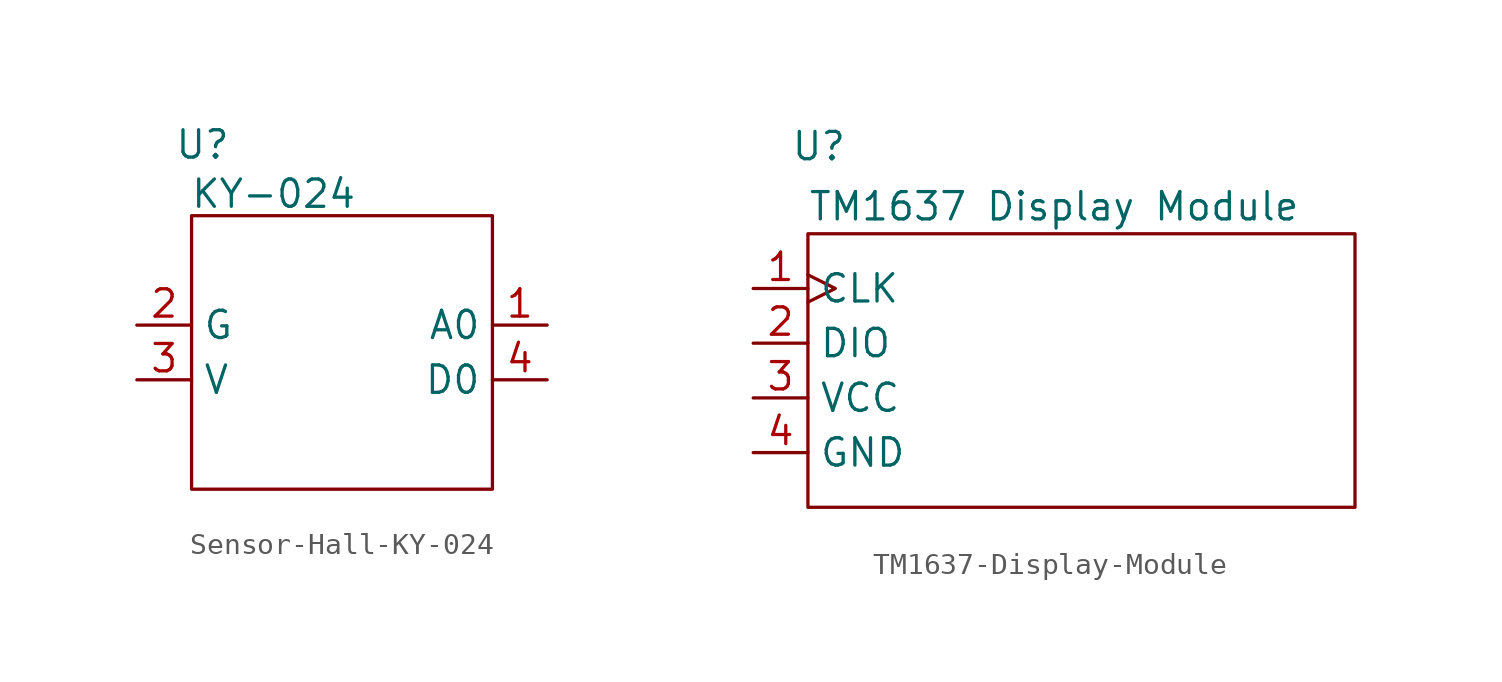
<source format=kicad_sym>
(kicad_symbol_lib
  (version 20241209)
  (generator "kicad_symbol_editor")
  (generator_version "9.0")
  (symbol "Sensor-Hall-KY-024"
    (property "Reference" "U"
      (at -13.462 3.302 0)
      (effects (font (size 1.27 1.27))))
    (property "Value" "KY-024"
      (at -10.16 1.016 0)
      (effects (font (size 1.27 1.27))))
    (symbol "Sensor-Hall-KY-024_0_1"
      (rectangle (start -13.97 0) (end 0 -12.7) (stroke (width 0) (type default)) (fill (type none))))
    (symbol "Sensor-Hall-KY-024_1_1"
      (pin power_out line (at -16.51 -5.08 0) (length 2.54) (name "G" (effects (font (size 1.27 1.27)))) (number "2" (effects (font (size 1.27 1.27)))))
      (pin power_in line (at -16.51 -7.62 0) (length 2.54) (name "V" (effects (font (size 1.27 1.27)))) (number "3" (effects (font (size 1.27 1.27)))))
      (pin output line (at 2.54 -5.08 180) (length 2.54) (name "A0" (effects (font (size 1.27 1.27)))) (number "1" (effects (font (size 1.27 1.27)))))
      (pin output line (at 2.54 -7.62 180) (length 2.54) (name "D0" (effects (font (size 1.27 1.27)))) (number "4" (effects (font (size 1.27 1.27)))))))
  (symbol "TM1637-Display-Module"
    (property "Reference" "U"
      (at -24.892 4.064 0)
      (effects (font (size 1.27 1.27))))
    (property "Value" "TM1637 Display Module"
      (at -13.97 1.27 0)
      (effects (font (size 1.27 1.27))))
    (symbol "TM1637-Display-Module_0_1"
      (rectangle (start -25.4 0) (end 0 -12.7) (stroke (width 0) (type default)) (fill (type none))))
    (symbol "TM1637-Display-Module_1_1"
      (pin input clock (at -27.94 -2.54 0) (length 2.54) (name "CLK" (effects (font (size 1.27 1.27)))) (number "1" (effects (font (size 1.27 1.27)))))
      (pin input line (at -27.94 -5.08 0) (length 2.54) (name "DIO" (effects (font (size 1.27 1.27)))) (number "2" (effects (font (size 1.27 1.27)))))
      (pin power_in line (at -27.94 -7.62 0) (length 2.54) (name "VCC" (effects (font (size 1.27 1.27)))) (number "3" (effects (font (size 1.27 1.27)))))
      (pin power_in line (at -27.94 -10.16 0) (length 2.54) (name "GND" (effects (font (size 1.27 1.27)))) (number "4" (effects (font (size 1.27 1.27))))))))
</source>
